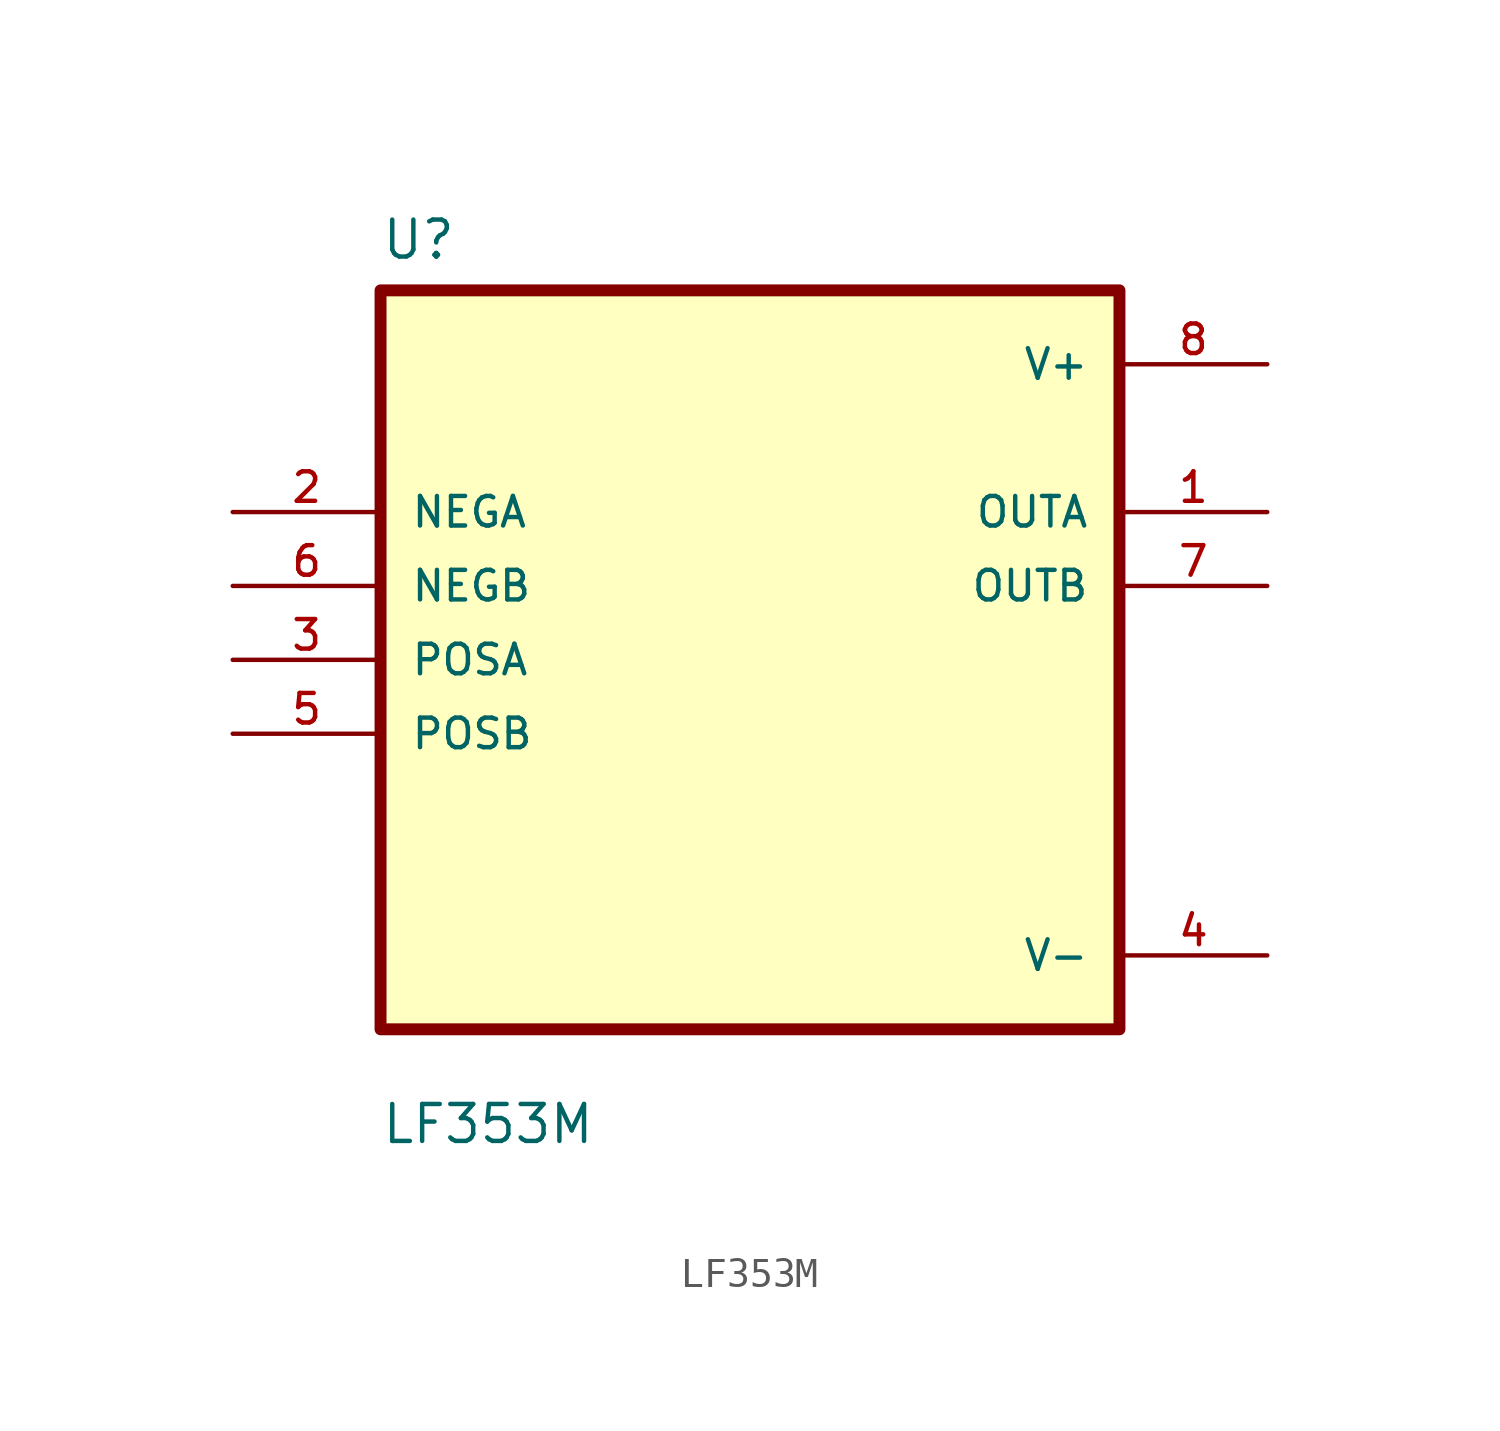
<source format=kicad_sym>
(kicad_symbol_lib
  (version 20211014)
  (generator kicad_symbol_editor)
  (symbol "LF353M"
    (pin_names
      (offset 1.016))
    (property "Reference" "U"
      (at -12.7 13.7 0.0)
      (effects (font (size 1.27 1.27)) (justify bottom left)))
    (property "Value" "LF353M"
      (at -12.7 -16.7 0.0)
      (effects (font (size 1.27 1.27)) (justify bottom left)))
    (symbol "LF353M_0_0"
      (rectangle (start -12.7 -12.7) (end 12.7 12.7) (stroke (width 0.41)) (fill (type background)))
      (pin input line (at -17.78 5.08 0) (length 5.08) (name "NEGA" (effects (font (size 1.016 1.016)))) (number "2" (effects (font (size 1.016 1.016)))))
      (pin input line (at -17.78 2.54 0) (length 5.08) (name "NEGB" (effects (font (size 1.016 1.016)))) (number "6" (effects (font (size 1.016 1.016)))))
      (pin input line (at -17.78 -8.88178e-16 0) (length 5.08) (name "POSA" (effects (font (size 1.016 1.016)))) (number "3" (effects (font (size 1.016 1.016)))))
      (pin input line (at -17.78 -2.54 0) (length 5.08) (name "POSB" (effects (font (size 1.016 1.016)))) (number "5" (effects (font (size 1.016 1.016)))))
      (pin power_in line (at 17.78 10.16 180.0) (length 5.08) (name "V+" (effects (font (size 1.016 1.016)))) (number "8" (effects (font (size 1.016 1.016)))))
      (pin output line (at 17.78 5.08 180.0) (length 5.08) (name "OUTA" (effects (font (size 1.016 1.016)))) (number "1" (effects (font (size 1.016 1.016)))))
      (pin output line (at 17.78 2.54 180.0) (length 5.08) (name "OUTB" (effects (font (size 1.016 1.016)))) (number "7" (effects (font (size 1.016 1.016)))))
      (pin power_in line (at 17.78 -10.16 180.0) (length 5.08) (name "V-" (effects (font (size 1.016 1.016)))) (number "4" (effects (font (size 1.016 1.016))))))))
</source>
